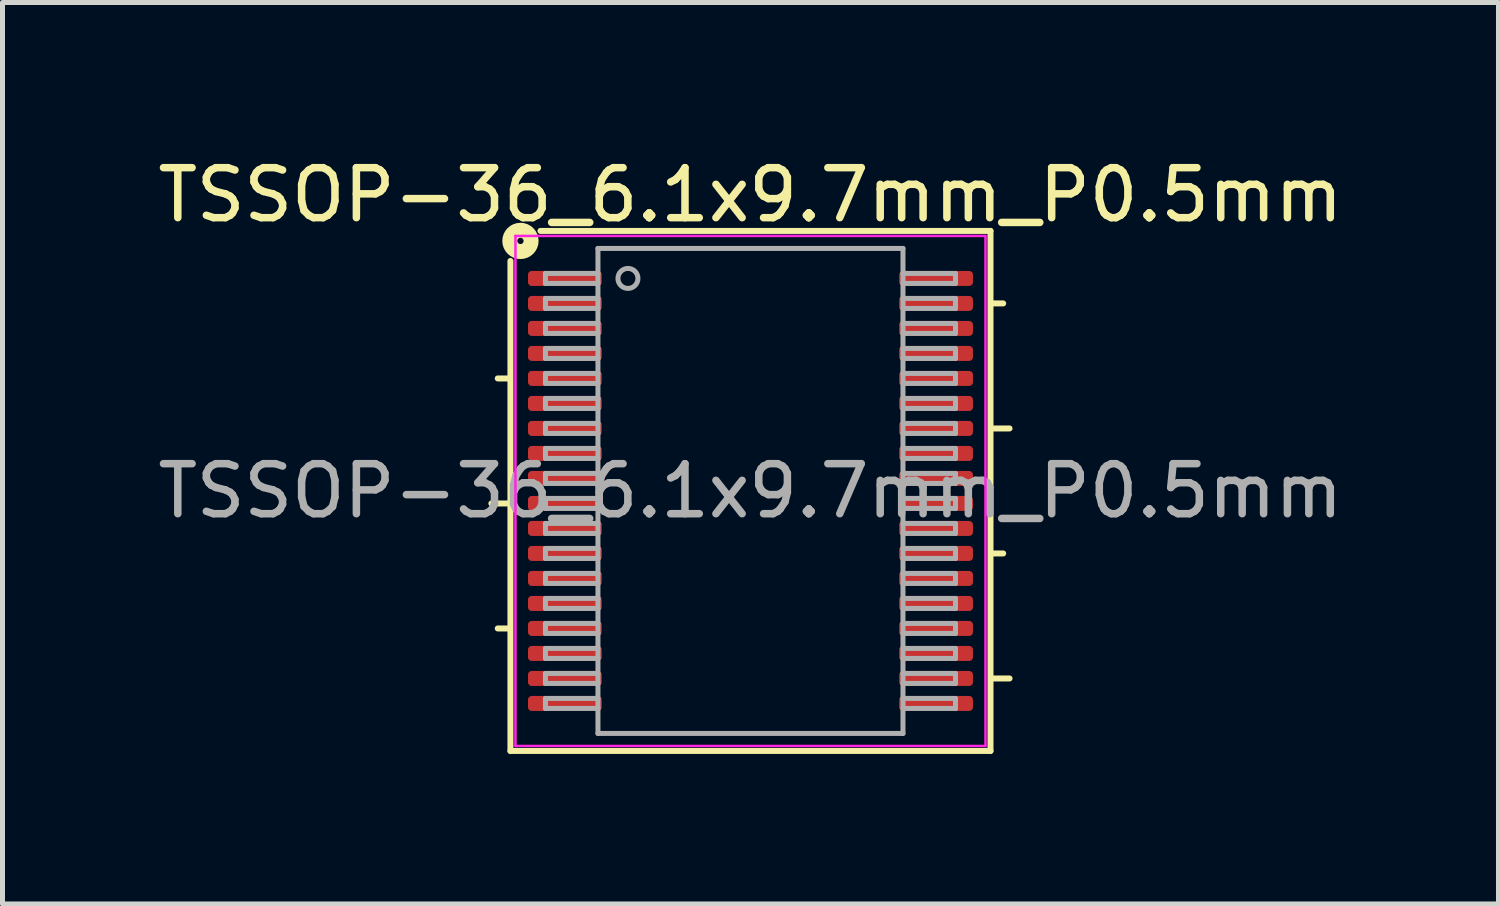
<source format=kicad_pcb>
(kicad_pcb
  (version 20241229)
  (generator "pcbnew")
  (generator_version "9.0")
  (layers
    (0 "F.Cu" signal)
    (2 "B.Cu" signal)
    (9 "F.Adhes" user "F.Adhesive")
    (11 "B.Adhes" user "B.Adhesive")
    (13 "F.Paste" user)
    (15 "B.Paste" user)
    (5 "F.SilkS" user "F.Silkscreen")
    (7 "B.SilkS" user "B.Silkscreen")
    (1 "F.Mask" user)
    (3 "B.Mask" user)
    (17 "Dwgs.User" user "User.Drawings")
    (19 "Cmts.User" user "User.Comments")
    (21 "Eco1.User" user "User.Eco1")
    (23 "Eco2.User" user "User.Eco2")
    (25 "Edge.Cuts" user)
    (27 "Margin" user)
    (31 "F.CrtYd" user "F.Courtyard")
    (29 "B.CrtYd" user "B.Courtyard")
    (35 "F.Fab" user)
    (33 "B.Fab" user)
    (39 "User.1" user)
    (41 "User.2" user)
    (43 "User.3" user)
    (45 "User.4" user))
  (footprint "TSSOP-36_6.1x9.7mm_P0.5mm"
    (layer "F.Cu")
    (at 11.958 6.768)
    (property "Reference" "TSSOP-36_6.1x9.7mm_P0.5mm" (at 0 -5.92 0) (layer "F.SilkS") (effects (font (size 1 1) (thickness 0.15))))
    (attr smd)
    (fp_line (start -5.181 0.25) (end -4.851 0.25) (stroke (width 0.12) (type solid)) (layer "F.SilkS"))
    (fp_line (start -5.054 -2.25) (end -4.851 -2.25) (stroke (width 0.12) (type solid)) (layer "F.SilkS"))
    (fp_line (start -5.054 2.75) (end -4.851 2.75) (stroke (width 0.12) (type solid)) (layer "F.SilkS"))
    (fp_line (start -4.8 -4.6) (end -4.8 5.2) (stroke (width 0.12) (type solid)) (layer "F.SilkS"))
    (fp_line (start -4.8 5.2) (end 4.8 5.2) (stroke (width 0.12) (type solid)) (layer "F.SilkS"))
    (fp_line (start 4.8 -5.2) (end -4.2 -5.2) (stroke (width 0.12) (type solid)) (layer "F.SilkS"))
    (fp_line (start 4.8 5.2) (end 4.8 -5.2) (stroke (width 0.12) (type solid)) (layer "F.SilkS"))
    (fp_line (start 4.851 -3.75) (end 5.054 -3.75) (stroke (width 0.12) (type solid)) (layer "F.SilkS"))
    (fp_line (start 4.851 -1.25) (end 5.181 -1.25) (stroke (width 0.12) (type solid)) (layer "F.SilkS"))
    (fp_line (start 4.851 1.25) (end 5.054 1.25) (stroke (width 0.12) (type solid)) (layer "F.SilkS"))
    (fp_line (start 4.851 3.75) (end 5.181 3.75) (stroke (width 0.12) (type solid)) (layer "F.SilkS"))
    (fp_circle (center -4.6 -5) (end -4.537 -5) (stroke (width 0.3) (type solid)) (fill no) (layer "F.SilkS"))
    (fp_line (start -4.7 -5.1) (end -4.7 5.1) (stroke (width 0.05) (type solid)) (layer "F.CrtYd"))
    (fp_line (start -4.7 5.1) (end 4.7 5.1) (stroke (width 0.05) (type solid)) (layer "F.CrtYd"))
    (fp_line (start 4.7 -5.1) (end -4.7 -5.1) (stroke (width 0.05) (type solid)) (layer "F.CrtYd"))
    (fp_line (start 4.7 5.1) (end 4.7 -5.1) (stroke (width 0.05) (type solid)) (layer "F.CrtYd"))
    (fp_line (start -4.1 -4.35) (end -4.1 -4.15) (stroke (width 0.1) (type solid)) (layer "F.Fab"))
    (fp_line (start -4.1 -4.35) (end -3.05 -4.35) (stroke (width 0.1) (type solid)) (layer "F.Fab"))
    (fp_line (start -4.1 -4.15) (end -3.05 -4.15) (stroke (width 0.1) (type solid)) (layer "F.Fab"))
    (fp_line (start -4.1 -3.85) (end -4.1 -3.65) (stroke (width 0.1) (type solid)) (layer "F.Fab"))
    (fp_line (start -4.1 -3.85) (end -3.05 -3.85) (stroke (width 0.1) (type solid)) (layer "F.Fab"))
    (fp_line (start -4.1 -3.65) (end -3.05 -3.65) (stroke (width 0.1) (type solid)) (layer "F.Fab"))
    (fp_line (start -4.1 -3.35) (end -4.1 -3.15) (stroke (width 0.1) (type solid)) (layer "F.Fab"))
    (fp_line (start -4.1 -3.35) (end -3.05 -3.35) (stroke (width 0.1) (type solid)) (layer "F.Fab"))
    (fp_line (start -4.1 -3.15) (end -3.05 -3.15) (stroke (width 0.1) (type solid)) (layer "F.Fab"))
    (fp_line (start -4.1 -2.85) (end -4.1 -2.65) (stroke (width 0.1) (type solid)) (layer "F.Fab"))
    (fp_line (start -4.1 -2.85) (end -3.05 -2.85) (stroke (width 0.1) (type solid)) (layer "F.Fab"))
    (fp_line (start -4.1 -2.65) (end -3.05 -2.65) (stroke (width 0.1) (type solid)) (layer "F.Fab"))
    (fp_line (start -4.1 -2.35) (end -4.1 -2.15) (stroke (width 0.1) (type solid)) (layer "F.Fab"))
    (fp_line (start -4.1 -2.35) (end -3.05 -2.35) (stroke (width 0.1) (type solid)) (layer "F.Fab"))
    (fp_line (start -4.1 -2.15) (end -3.05 -2.15) (stroke (width 0.1) (type solid)) (layer "F.Fab"))
    (fp_line (start -4.1 -1.85) (end -4.1 -1.65) (stroke (width 0.1) (type solid)) (layer "F.Fab"))
    (fp_line (start -4.1 -1.85) (end -3.05 -1.85) (stroke (width 0.1) (type solid)) (layer "F.Fab"))
    (fp_line (start -4.1 -1.65) (end -3.05 -1.65) (stroke (width 0.1) (type solid)) (layer "F.Fab"))
    (fp_line (start -4.1 -1.35) (end -4.1 -1.15) (stroke (width 0.1) (type solid)) (layer "F.Fab"))
    (fp_line (start -4.1 -1.35) (end -3.05 -1.35) (stroke (width 0.1) (type solid)) (layer "F.Fab"))
    (fp_line (start -4.1 -1.15) (end -3.05 -1.15) (stroke (width 0.1) (type solid)) (layer "F.Fab"))
    (fp_line (start -4.1 -0.85) (end -4.1 -0.65) (stroke (width 0.1) (type solid)) (layer "F.Fab"))
    (fp_line (start -4.1 -0.85) (end -3.05 -0.85) (stroke (width 0.1) (type solid)) (layer "F.Fab"))
    (fp_line (start -4.1 -0.65) (end -3.05 -0.65) (stroke (width 0.1) (type solid)) (layer "F.Fab"))
    (fp_line (start -4.1 -0.35) (end -4.1 -0.15) (stroke (width 0.1) (type solid)) (layer "F.Fab"))
    (fp_line (start -4.1 -0.35) (end -3.05 -0.35) (stroke (width 0.1) (type solid)) (layer "F.Fab"))
    (fp_line (start -4.1 -0.15) (end -3.05 -0.15) (stroke (width 0.1) (type solid)) (layer "F.Fab"))
    (fp_line (start -4.1 0.15) (end -4.1 0.35) (stroke (width 0.1) (type solid)) (layer "F.Fab"))
    (fp_line (start -4.1 0.15) (end -3.05 0.15) (stroke (width 0.1) (type solid)) (layer "F.Fab"))
    (fp_line (start -4.1 0.35) (end -3.05 0.35) (stroke (width 0.1) (type solid)) (layer "F.Fab"))
    (fp_line (start -4.1 0.65) (end -4.1 0.85) (stroke (width 0.1) (type solid)) (layer "F.Fab"))
    (fp_line (start -4.1 0.65) (end -3.05 0.65) (stroke (width 0.1) (type solid)) (layer "F.Fab"))
    (fp_line (start -4.1 0.85) (end -3.05 0.85) (stroke (width 0.1) (type solid)) (layer "F.Fab"))
    (fp_line (start -4.1 1.15) (end -4.1 1.35) (stroke (width 0.1) (type solid)) (layer "F.Fab"))
    (fp_line (start -4.1 1.15) (end -3.05 1.15) (stroke (width 0.1) (type solid)) (layer "F.Fab"))
    (fp_line (start -4.1 1.35) (end -3.05 1.35) (stroke (width 0.1) (type solid)) (layer "F.Fab"))
    (fp_line (start -4.1 1.65) (end -4.1 1.85) (stroke (width 0.1) (type solid)) (layer "F.Fab"))
    (fp_line (start -4.1 1.65) (end -3.05 1.65) (stroke (width 0.1) (type solid)) (layer "F.Fab"))
    (fp_line (start -4.1 1.85) (end -3.05 1.85) (stroke (width 0.1) (type solid)) (layer "F.Fab"))
    (fp_line (start -4.1 2.15) (end -4.1 2.35) (stroke (width 0.1) (type solid)) (layer "F.Fab"))
    (fp_line (start -4.1 2.15) (end -3.05 2.15) (stroke (width 0.1) (type solid)) (layer "F.Fab"))
    (fp_line (start -4.1 2.35) (end -3.05 2.35) (stroke (width 0.1) (type solid)) (layer "F.Fab"))
    (fp_line (start -4.1 2.65) (end -4.1 2.85) (stroke (width 0.1) (type solid)) (layer "F.Fab"))
    (fp_line (start -4.1 2.65) (end -3.05 2.65) (stroke (width 0.1) (type solid)) (layer "F.Fab"))
    (fp_line (start -4.1 2.85) (end -3.05 2.85) (stroke (width 0.1) (type solid)) (layer "F.Fab"))
    (fp_line (start -4.1 3.15) (end -4.1 3.35) (stroke (width 0.1) (type solid)) (layer "F.Fab"))
    (fp_line (start -4.1 3.15) (end -3.05 3.15) (stroke (width 0.1) (type solid)) (layer "F.Fab"))
    (fp_line (start -4.1 3.35) (end -3.05 3.35) (stroke (width 0.1) (type solid)) (layer "F.Fab"))
    (fp_line (start -4.1 3.65) (end -4.1 3.85) (stroke (width 0.1) (type solid)) (layer "F.Fab"))
    (fp_line (start -4.1 3.65) (end -3.05 3.65) (stroke (width 0.1) (type solid)) (layer "F.Fab"))
    (fp_line (start -4.1 3.85) (end -3.05 3.85) (stroke (width 0.1) (type solid)) (layer "F.Fab"))
    (fp_line (start -4.1 4.15) (end -4.1 4.35) (stroke (width 0.1) (type solid)) (layer "F.Fab"))
    (fp_line (start -4.1 4.15) (end -3.05 4.15) (stroke (width 0.1) (type solid)) (layer "F.Fab"))
    (fp_line (start -4.1 4.35) (end -3.05 4.35) (stroke (width 0.1) (type solid)) (layer "F.Fab"))
    (fp_line (start -3.05 -4.85) (end 3.05 -4.85) (stroke (width 0.1) (type solid)) (layer "F.Fab"))
    (fp_line (start -3.05 4.85) (end -3.05 -4.85) (stroke (width 0.1) (type solid)) (layer "F.Fab"))
    (fp_line (start 3.05 -4.85) (end 3.05 4.85) (stroke (width 0.1) (type solid)) (layer "F.Fab"))
    (fp_line (start 3.05 4.85) (end -3.05 4.85) (stroke (width 0.1) (type solid)) (layer "F.Fab"))
    (fp_line (start 4.1 -4.35) (end 3.05 -4.35) (stroke (width 0.1) (type solid)) (layer "F.Fab"))
    (fp_line (start 4.1 -4.15) (end 3.05 -4.15) (stroke (width 0.1) (type solid)) (layer "F.Fab"))
    (fp_line (start 4.1 -4.15) (end 4.1 -4.35) (stroke (width 0.1) (type solid)) (layer "F.Fab"))
    (fp_line (start 4.1 -3.85) (end 3.05 -3.85) (stroke (width 0.1) (type solid)) (layer "F.Fab"))
    (fp_line (start 4.1 -3.65) (end 3.05 -3.65) (stroke (width 0.1) (type solid)) (layer "F.Fab"))
    (fp_line (start 4.1 -3.65) (end 4.1 -3.85) (stroke (width 0.1) (type solid)) (layer "F.Fab"))
    (fp_line (start 4.1 -3.35) (end 3.05 -3.35) (stroke (width 0.1) (type solid)) (layer "F.Fab"))
    (fp_line (start 4.1 -3.15) (end 3.05 -3.15) (stroke (width 0.1) (type solid)) (layer "F.Fab"))
    (fp_line (start 4.1 -3.15) (end 4.1 -3.35) (stroke (width 0.1) (type solid)) (layer "F.Fab"))
    (fp_line (start 4.1 -2.85) (end 3.05 -2.85) (stroke (width 0.1) (type solid)) (layer "F.Fab"))
    (fp_line (start 4.1 -2.65) (end 3.05 -2.65) (stroke (width 0.1) (type solid)) (layer "F.Fab"))
    (fp_line (start 4.1 -2.65) (end 4.1 -2.85) (stroke (width 0.1) (type solid)) (layer "F.Fab"))
    (fp_line (start 4.1 -2.35) (end 3.05 -2.35) (stroke (width 0.1) (type solid)) (layer "F.Fab"))
    (fp_line (start 4.1 -2.15) (end 3.05 -2.15) (stroke (width 0.1) (type solid)) (layer "F.Fab"))
    (fp_line (start 4.1 -2.15) (end 4.1 -2.35) (stroke (width 0.1) (type solid)) (layer "F.Fab"))
    (fp_line (start 4.1 -1.85) (end 3.05 -1.85) (stroke (width 0.1) (type solid)) (layer "F.Fab"))
    (fp_line (start 4.1 -1.65) (end 3.05 -1.65) (stroke (width 0.1) (type solid)) (layer "F.Fab"))
    (fp_line (start 4.1 -1.65) (end 4.1 -1.85) (stroke (width 0.1) (type solid)) (layer "F.Fab"))
    (fp_line (start 4.1 -1.35) (end 3.05 -1.35) (stroke (width 0.1) (type solid)) (layer "F.Fab"))
    (fp_line (start 4.1 -1.15) (end 3.05 -1.15) (stroke (width 0.1) (type solid)) (layer "F.Fab"))
    (fp_line (start 4.1 -1.15) (end 4.1 -1.35) (stroke (width 0.1) (type solid)) (layer "F.Fab"))
    (fp_line (start 4.1 -0.85) (end 3.05 -0.85) (stroke (width 0.1) (type solid)) (layer "F.Fab"))
    (fp_line (start 4.1 -0.65) (end 3.05 -0.65) (stroke (width 0.1) (type solid)) (layer "F.Fab"))
    (fp_line (start 4.1 -0.65) (end 4.1 -0.85) (stroke (width 0.1) (type solid)) (layer "F.Fab"))
    (fp_line (start 4.1 -0.35) (end 3.05 -0.35) (stroke (width 0.1) (type solid)) (layer "F.Fab"))
    (fp_line (start 4.1 -0.15) (end 3.05 -0.15) (stroke (width 0.1) (type solid)) (layer "F.Fab"))
    (fp_line (start 4.1 -0.15) (end 4.1 -0.35) (stroke (width 0.1) (type solid)) (layer "F.Fab"))
    (fp_line (start 4.1 0.15) (end 3.05 0.15) (stroke (width 0.1) (type solid)) (layer "F.Fab"))
    (fp_line (start 4.1 0.35) (end 3.05 0.35) (stroke (width 0.1) (type solid)) (layer "F.Fab"))
    (fp_line (start 4.1 0.35) (end 4.1 0.15) (stroke (width 0.1) (type solid)) (layer "F.Fab"))
    (fp_line (start 4.1 0.65) (end 3.05 0.65) (stroke (width 0.1) (type solid)) (layer "F.Fab"))
    (fp_line (start 4.1 0.85) (end 3.05 0.85) (stroke (width 0.1) (type solid)) (layer "F.Fab"))
    (fp_line (start 4.1 0.85) (end 4.1 0.65) (stroke (width 0.1) (type solid)) (layer "F.Fab"))
    (fp_line (start 4.1 1.15) (end 3.05 1.15) (stroke (width 0.1) (type solid)) (layer "F.Fab"))
    (fp_line (start 4.1 1.35) (end 3.05 1.35) (stroke (width 0.1) (type solid)) (layer "F.Fab"))
    (fp_line (start 4.1 1.35) (end 4.1 1.15) (stroke (width 0.1) (type solid)) (layer "F.Fab"))
    (fp_line (start 4.1 1.65) (end 3.05 1.65) (stroke (width 0.1) (type solid)) (layer "F.Fab"))
    (fp_line (start 4.1 1.85) (end 3.05 1.85) (stroke (width 0.1) (type solid)) (layer "F.Fab"))
    (fp_line (start 4.1 1.85) (end 4.1 1.65) (stroke (width 0.1) (type solid)) (layer "F.Fab"))
    (fp_line (start 4.1 2.15) (end 3.05 2.15) (stroke (width 0.1) (type solid)) (layer "F.Fab"))
    (fp_line (start 4.1 2.35) (end 3.05 2.35) (stroke (width 0.1) (type solid)) (layer "F.Fab"))
    (fp_line (start 4.1 2.35) (end 4.1 2.15) (stroke (width 0.1) (type solid)) (layer "F.Fab"))
    (fp_line (start 4.1 2.65) (end 3.05 2.65) (stroke (width 0.1) (type solid)) (layer "F.Fab"))
    (fp_line (start 4.1 2.85) (end 3.05 2.85) (stroke (width 0.1) (type solid)) (layer "F.Fab"))
    (fp_line (start 4.1 2.85) (end 4.1 2.65) (stroke (width 0.1) (type solid)) (layer "F.Fab"))
    (fp_line (start 4.1 3.15) (end 3.05 3.15) (stroke (width 0.1) (type solid)) (layer "F.Fab"))
    (fp_line (start 4.1 3.35) (end 3.05 3.35) (stroke (width 0.1) (type solid)) (layer "F.Fab"))
    (fp_line (start 4.1 3.35) (end 4.1 3.15) (stroke (width 0.1) (type solid)) (layer "F.Fab"))
    (fp_line (start 4.1 3.65) (end 3.05 3.65) (stroke (width 0.1) (type solid)) (layer "F.Fab"))
    (fp_line (start 4.1 3.85) (end 3.05 3.85) (stroke (width 0.1) (type solid)) (layer "F.Fab"))
    (fp_line (start 4.1 3.85) (end 4.1 3.65) (stroke (width 0.1) (type solid)) (layer "F.Fab"))
    (fp_line (start 4.1 4.15) (end 3.05 4.15) (stroke (width 0.1) (type solid)) (layer "F.Fab"))
    (fp_line (start 4.1 4.35) (end 3.05 4.35) (stroke (width 0.1) (type solid)) (layer "F.Fab"))
    (fp_line (start 4.1 4.35) (end 4.1 4.15) (stroke (width 0.1) (type solid)) (layer "F.Fab"))
    (fp_circle (center -2.45 -4.25) (end -2.25 -4.25) (stroke (width 0.1) (type solid)) (fill no) (layer "F.Fab"))
    (fp_text user "${REFERENCE}" (at 0 0 0) (layer "F.Fab") (effects (font (size 1 1) (thickness 0.15))))
    (pad "1" smd roundrect (at -3.712 -4.25) (size 1.475 0.3) (layers "F.Cu" "F.Mask" "F.Paste") (roundrect_rratio 0.25))
    (pad "2" smd roundrect (at -3.712 -3.75) (size 1.475 0.3) (layers "F.Cu" "F.Mask" "F.Paste") (roundrect_rratio 0.25))
    (pad "3" smd roundrect (at -3.712 -3.25) (size 1.475 0.3) (layers "F.Cu" "F.Mask" "F.Paste") (roundrect_rratio 0.25))
    (pad "4" smd roundrect (at -3.712 -2.75) (size 1.475 0.3) (layers "F.Cu" "F.Mask" "F.Paste") (roundrect_rratio 0.25))
    (pad "5" smd roundrect (at -3.712 -2.25) (size 1.475 0.3) (layers "F.Cu" "F.Mask" "F.Paste") (roundrect_rratio 0.25))
    (pad "6" smd roundrect (at -3.712 -1.75) (size 1.475 0.3) (layers "F.Cu" "F.Mask" "F.Paste") (roundrect_rratio 0.25))
    (pad "7" smd roundrect (at -3.712 -1.25) (size 1.475 0.3) (layers "F.Cu" "F.Mask" "F.Paste") (roundrect_rratio 0.25))
    (pad "8" smd roundrect (at -3.712 -0.75) (size 1.475 0.3) (layers "F.Cu" "F.Mask" "F.Paste") (roundrect_rratio 0.25))
    (pad "9" smd roundrect (at -3.712 -0.25) (size 1.475 0.3) (layers "F.Cu" "F.Mask" "F.Paste") (roundrect_rratio 0.25))
    (pad "10" smd roundrect (at -3.712 0.25) (size 1.475 0.3) (layers "F.Cu" "F.Mask" "F.Paste") (roundrect_rratio 0.25))
    (pad "11" smd roundrect (at -3.712 0.75) (size 1.475 0.3) (layers "F.Cu" "F.Mask" "F.Paste") (roundrect_rratio 0.25))
    (pad "12" smd roundrect (at -3.712 1.25) (size 1.475 0.3) (layers "F.Cu" "F.Mask" "F.Paste") (roundrect_rratio 0.25))
    (pad "13" smd roundrect (at -3.712 1.75) (size 1.475 0.3) (layers "F.Cu" "F.Mask" "F.Paste") (roundrect_rratio 0.25))
    (pad "14" smd roundrect (at -3.712 2.25) (size 1.475 0.3) (layers "F.Cu" "F.Mask" "F.Paste") (roundrect_rratio 0.25))
    (pad "15" smd roundrect (at -3.712 2.75) (size 1.475 0.3) (layers "F.Cu" "F.Mask" "F.Paste") (roundrect_rratio 0.25))
    (pad "16" smd roundrect (at -3.712 3.25) (size 1.475 0.3) (layers "F.Cu" "F.Mask" "F.Paste") (roundrect_rratio 0.25))
    (pad "17" smd roundrect (at -3.712 3.75) (size 1.475 0.3) (layers "F.Cu" "F.Mask" "F.Paste") (roundrect_rratio 0.25))
    (pad "18" smd roundrect (at -3.712 4.25) (size 1.475 0.3) (layers "F.Cu" "F.Mask" "F.Paste") (roundrect_rratio 0.25))
    (pad "19" smd roundrect (at 3.712 4.25) (size 1.475 0.3) (layers "F.Cu" "F.Mask" "F.Paste") (roundrect_rratio 0.25))
    (pad "20" smd roundrect (at 3.712 3.75) (size 1.475 0.3) (layers "F.Cu" "F.Mask" "F.Paste") (roundrect_rratio 0.25))
    (pad "21" smd roundrect (at 3.712 3.25) (size 1.475 0.3) (layers "F.Cu" "F.Mask" "F.Paste") (roundrect_rratio 0.25))
    (pad "22" smd roundrect (at 3.712 2.75) (size 1.475 0.3) (layers "F.Cu" "F.Mask" "F.Paste") (roundrect_rratio 0.25))
    (pad "23" smd roundrect (at 3.712 2.25) (size 1.475 0.3) (layers "F.Cu" "F.Mask" "F.Paste") (roundrect_rratio 0.25))
    (pad "24" smd roundrect (at 3.712 1.75) (size 1.475 0.3) (layers "F.Cu" "F.Mask" "F.Paste") (roundrect_rratio 0.25))
    (pad "25" smd roundrect (at 3.712 1.25) (size 1.475 0.3) (layers "F.Cu" "F.Mask" "F.Paste") (roundrect_rratio 0.25))
    (pad "26" smd roundrect (at 3.712 0.75) (size 1.475 0.3) (layers "F.Cu" "F.Mask" "F.Paste") (roundrect_rratio 0.25))
    (pad "27" smd roundrect (at 3.712 0.25) (size 1.475 0.3) (layers "F.Cu" "F.Mask" "F.Paste") (roundrect_rratio 0.25))
    (pad "28" smd roundrect (at 3.712 -0.25) (size 1.475 0.3) (layers "F.Cu" "F.Mask" "F.Paste") (roundrect_rratio 0.25))
    (pad "29" smd roundrect (at 3.712 -0.75) (size 1.475 0.3) (layers "F.Cu" "F.Mask" "F.Paste") (roundrect_rratio 0.25))
    (pad "30" smd roundrect (at 3.712 -1.25) (size 1.475 0.3) (layers "F.Cu" "F.Mask" "F.Paste") (roundrect_rratio 0.25))
    (pad "31" smd roundrect (at 3.712 -1.75) (size 1.475 0.3) (layers "F.Cu" "F.Mask" "F.Paste") (roundrect_rratio 0.25))
    (pad "32" smd roundrect (at 3.712 -2.25) (size 1.475 0.3) (layers "F.Cu" "F.Mask" "F.Paste") (roundrect_rratio 0.25))
    (pad "33" smd roundrect (at 3.712 -2.75) (size 1.475 0.3) (layers "F.Cu" "F.Mask" "F.Paste") (roundrect_rratio 0.25))
    (pad "34" smd roundrect (at 3.712 -3.25) (size 1.475 0.3) (layers "F.Cu" "F.Mask" "F.Paste") (roundrect_rratio 0.25))
    (pad "35" smd roundrect (at 3.712 -3.75) (size 1.475 0.3) (layers "F.Cu" "F.Mask" "F.Paste") (roundrect_rratio 0.25))
    (pad "36" smd roundrect (at 3.712 -4.25) (size 1.475 0.3) (layers "F.Cu" "F.Mask" "F.Paste") (roundrect_rratio 0.25)))
  (gr_rect
    (start -3 -3)
    (end 26.917 15.028)
    (stroke (width 0.1) (type default))
    (fill no)
    (layer "Edge.Cuts")))
</source>
